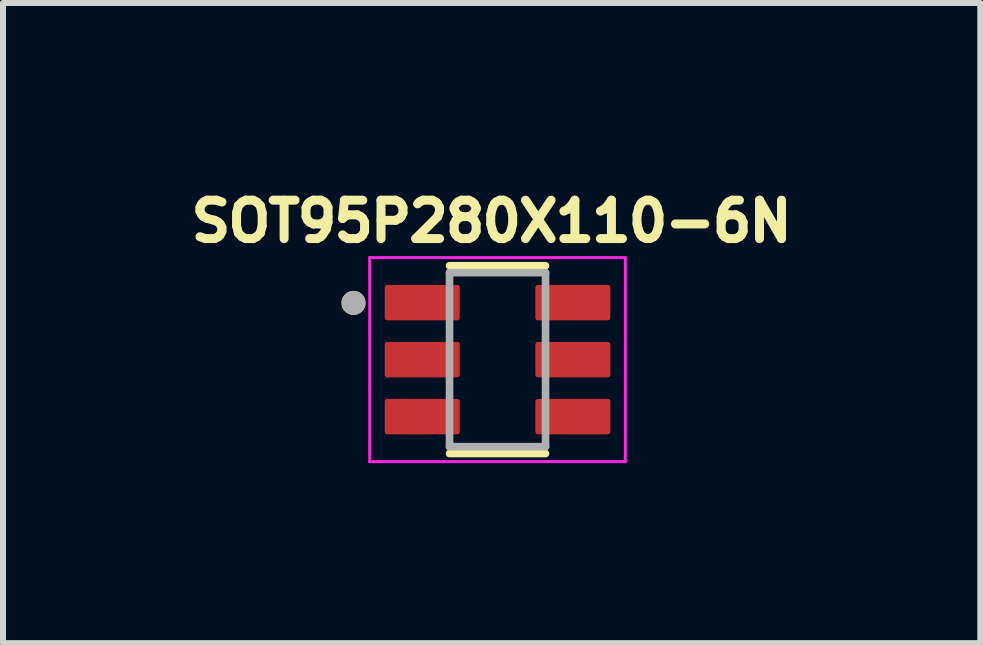
<source format=kicad_pcb>
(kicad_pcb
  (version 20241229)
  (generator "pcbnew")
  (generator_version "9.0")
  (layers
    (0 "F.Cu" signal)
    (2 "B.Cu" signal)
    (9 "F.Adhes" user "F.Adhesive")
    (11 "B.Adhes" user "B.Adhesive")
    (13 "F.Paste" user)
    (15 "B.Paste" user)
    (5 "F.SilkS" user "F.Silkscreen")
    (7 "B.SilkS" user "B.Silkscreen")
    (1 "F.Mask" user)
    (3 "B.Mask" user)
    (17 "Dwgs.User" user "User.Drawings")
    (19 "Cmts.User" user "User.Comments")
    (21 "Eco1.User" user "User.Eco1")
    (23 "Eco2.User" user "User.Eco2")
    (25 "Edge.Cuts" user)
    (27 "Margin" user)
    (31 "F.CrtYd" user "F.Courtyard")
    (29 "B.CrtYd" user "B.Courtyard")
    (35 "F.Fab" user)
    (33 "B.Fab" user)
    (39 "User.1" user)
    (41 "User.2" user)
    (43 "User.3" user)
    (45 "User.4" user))
  (footprint "SOT95P280X110-6N"
    (layer "F.Cu")
    (at 5.242 2.944)
    (property "Reference" "SOT95P280X110-6N" (at -0.098 -2.306 0) (layer "F.SilkS") (effects (font (size 0.64 0.64) (thickness 0.15))))
    (attr smd)
    (fp_line (start -0.8 -1.565) (end 0.8 -1.565) (stroke (width 0.127) (type solid)) (layer "F.SilkS"))
    (fp_line (start -0.8 1.565) (end 0.8 1.565) (stroke (width 0.127) (type solid)) (layer "F.SilkS"))
    (fp_circle (center -2.4 -0.946) (end -2.3 -0.946) (stroke (width 0.2) (type solid)) (fill no) (layer "F.SilkS"))
    (fp_line (start -2.13 -1.7) (end -2.13 1.7) (stroke (width 0.05) (type solid)) (layer "F.CrtYd"))
    (fp_line (start -2.13 1.7) (end 2.13 1.7) (stroke (width 0.05) (type solid)) (layer "F.CrtYd"))
    (fp_line (start 2.13 -1.7) (end -2.13 -1.7) (stroke (width 0.05) (type solid)) (layer "F.CrtYd"))
    (fp_line (start 2.13 1.7) (end 2.13 -1.7) (stroke (width 0.05) (type solid)) (layer "F.CrtYd"))
    (fp_line (start -0.8 -1.45) (end -0.8 1.45) (stroke (width 0.127) (type solid)) (layer "F.Fab"))
    (fp_line (start -0.8 1.45) (end 0.8 1.45) (stroke (width 0.127) (type solid)) (layer "F.Fab"))
    (fp_line (start 0.8 -1.45) (end -0.8 -1.45) (stroke (width 0.127) (type solid)) (layer "F.Fab"))
    (fp_line (start 0.8 1.45) (end 0.8 -1.45) (stroke (width 0.127) (type solid)) (layer "F.Fab"))
    (fp_circle (center -2.4 -0.946) (end -2.3 -0.946) (stroke (width 0.2) (type solid)) (fill no) (layer "F.Fab"))
    (pad "1" smd roundrect (at -1.255 -0.95) (size 1.25 0.59) (layers "F.Cu" "F.Mask" "F.Paste") (roundrect_rratio 0.07))
    (pad "2" smd roundrect (at -1.255 0) (size 1.25 0.59) (layers "F.Cu" "F.Mask" "F.Paste") (roundrect_rratio 0.07))
    (pad "3" smd roundrect (at -1.255 0.95) (size 1.25 0.59) (layers "F.Cu" "F.Mask" "F.Paste") (roundrect_rratio 0.07))
    (pad "4" smd roundrect (at 1.255 0.95) (size 1.25 0.59) (layers "F.Cu" "F.Mask" "F.Paste") (roundrect_rratio 0.07))
    (pad "5" smd roundrect (at 1.255 0) (size 1.25 0.59) (layers "F.Cu" "F.Mask" "F.Paste") (roundrect_rratio 0.07))
    (pad "6" smd roundrect (at 1.255 -0.95) (size 1.25 0.59) (layers "F.Cu" "F.Mask" "F.Paste") (roundrect_rratio 0.07)))
  (gr_rect
    (start -3 -3)
    (end 13.288 7.669)
    (stroke (width 0.1) (type default))
    (fill no)
    (layer "Edge.Cuts")))
</source>
